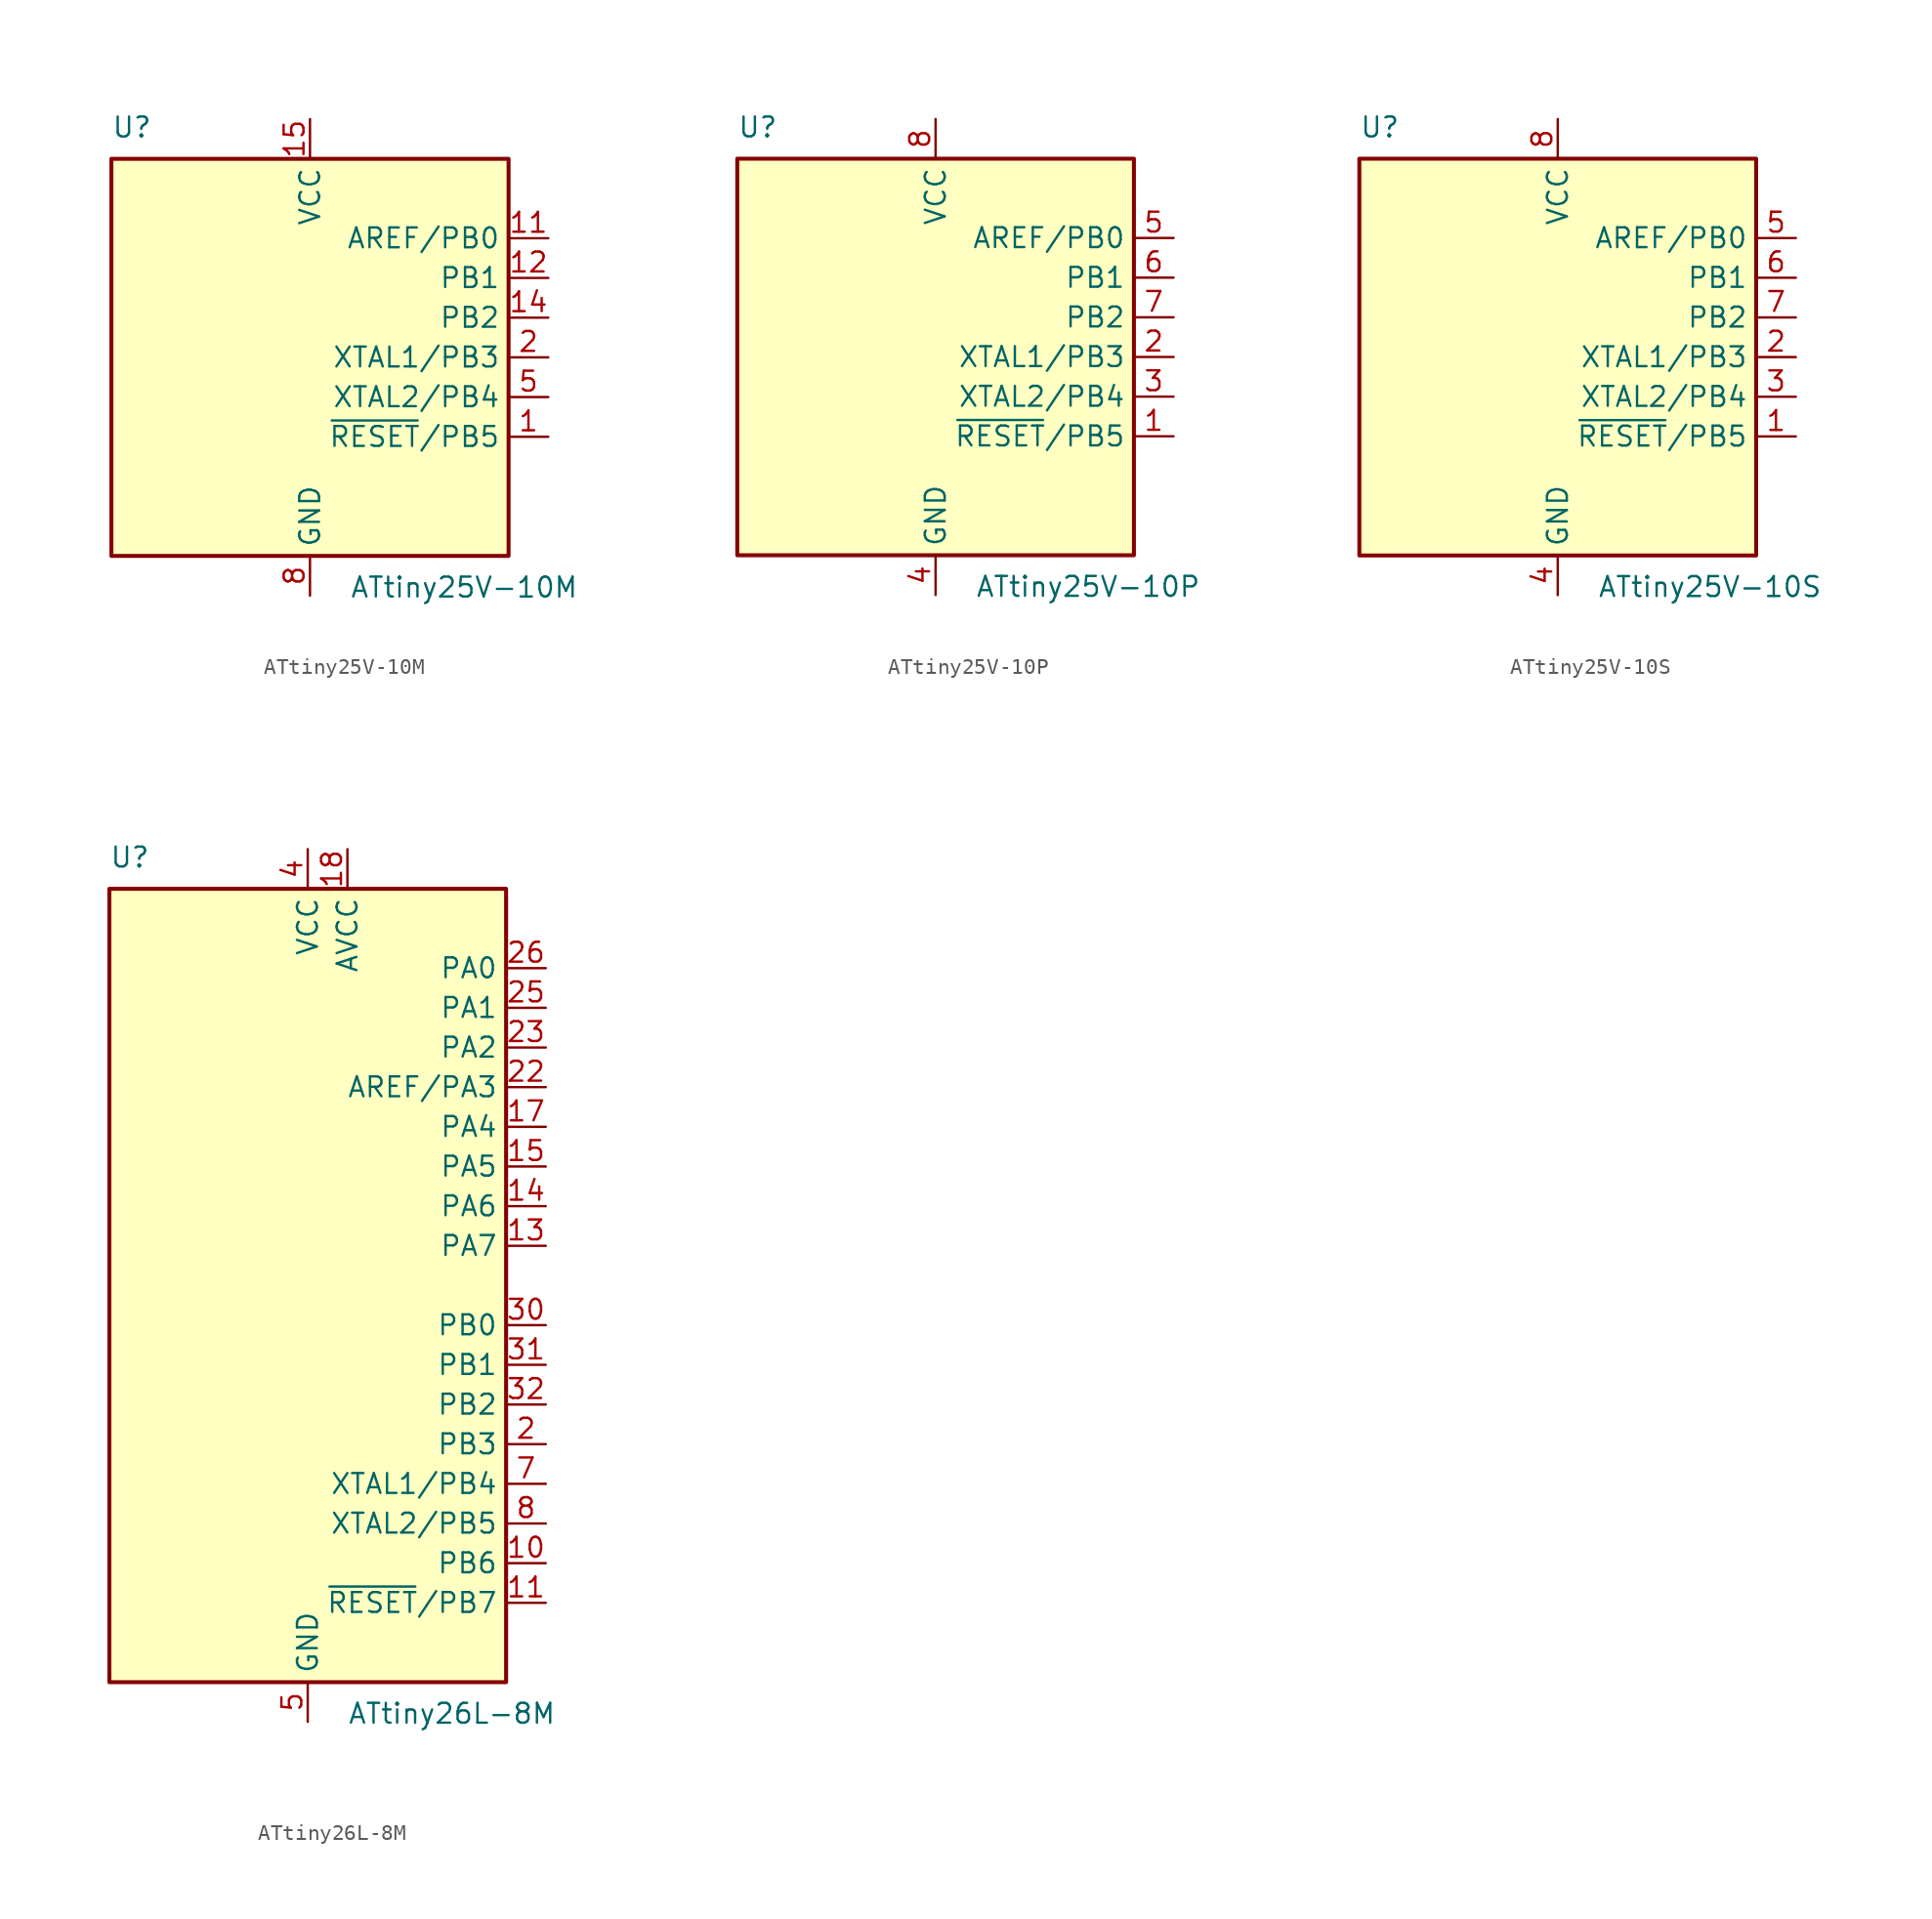
<source format=kicad_sym>
(kicad_symbol_lib
  (version 20201005)
  (generator kicad_symbol_editor)
  (symbol "MCU_Microchip_ATtiny:ATtiny25V-10M"
    (property "Reference" "U"
      (at -12.7 13.97 0)
      (effects (font (size 1.27 1.27)) (justify left bottom)))
    (property "Value" "ATtiny25V-10M"
      (at 2.54 -13.97 0)
      (effects (font (size 1.27 1.27)) (justify left top)))
    (symbol "ATtiny25V-10M_0_1"
      (rectangle (start -12.7 -12.7) (end 12.7 12.7) (stroke (width 0.254)) (fill (type background))))
    (symbol "ATtiny25V-10M_1_1"
      (pin bidirectional line (at 15.24 -5.08 180) (length 2.54) (name "~RESET~/PB5" (effects (font (size 1.27 1.27)))) (number "1" (effects (font (size 1.27 1.27)))))
      (pin no_connect line (at -12.7 -2.54 0) (length 2.54) hide (name "NC" (effects (font (size 1.27 1.27)))) (number "10" (effects (font (size 1.27 1.27)))))
      (pin bidirectional line (at 15.24 7.62 180) (length 2.54) (name "AREF/PB0" (effects (font (size 1.27 1.27)))) (number "11" (effects (font (size 1.27 1.27)))))
      (pin bidirectional line (at 15.24 5.08 180) (length 2.54) (name "PB1" (effects (font (size 1.27 1.27)))) (number "12" (effects (font (size 1.27 1.27)))))
      (pin no_connect line (at -12.7 -5.08 0) (length 2.54) hide (name "NC" (effects (font (size 1.27 1.27)))) (number "13" (effects (font (size 1.27 1.27)))))
      (pin bidirectional line (at 15.24 2.54 180) (length 2.54) (name "PB2" (effects (font (size 1.27 1.27)))) (number "14" (effects (font (size 1.27 1.27)))))
      (pin power_in line (at 0 15.24 270) (length 2.54) (name "VCC" (effects (font (size 1.27 1.27)))) (number "15" (effects (font (size 1.27 1.27)))))
      (pin no_connect line (at -12.7 -7.62 0) (length 2.54) hide (name "NC" (effects (font (size 1.27 1.27)))) (number "16" (effects (font (size 1.27 1.27)))))
      (pin no_connect line (at -12.7 -10.16 0) (length 2.54) hide (name "NC" (effects (font (size 1.27 1.27)))) (number "17" (effects (font (size 1.27 1.27)))))
      (pin no_connect line (at -7.62 -12.7 90) (length 2.54) hide (name "NC" (effects (font (size 1.27 1.27)))) (number "18" (effects (font (size 1.27 1.27)))))
      (pin no_connect line (at -5.08 -12.7 90) (length 2.54) hide (name "NC" (effects (font (size 1.27 1.27)))) (number "19" (effects (font (size 1.27 1.27)))))
      (pin bidirectional line (at 15.24 0 180) (length 2.54) (name "XTAL1/PB3" (effects (font (size 1.27 1.27)))) (number "2" (effects (font (size 1.27 1.27)))))
      (pin no_connect line (at -2.54 -12.7 90) (length 2.54) hide (name "NC" (effects (font (size 1.27 1.27)))) (number "20" (effects (font (size 1.27 1.27)))))
      (pin passive line (at 0 -15.24 90) (length 2.54) hide (name "GND" (effects (font (size 1.27 1.27)))) (number "21" (effects (font (size 1.27 1.27)))))
      (pin no_connect line (at -12.7 10.16 0) (length 2.54) hide (name "NC" (effects (font (size 1.27 1.27)))) (number "3" (effects (font (size 1.27 1.27)))))
      (pin no_connect line (at -12.7 7.62 0) (length 2.54) hide (name "NC" (effects (font (size 1.27 1.27)))) (number "4" (effects (font (size 1.27 1.27)))))
      (pin bidirectional line (at 15.24 -2.54 180) (length 2.54) (name "XTAL2/PB4" (effects (font (size 1.27 1.27)))) (number "5" (effects (font (size 1.27 1.27)))))
      (pin no_connect line (at -12.7 5.08 0) (length 2.54) hide (name "NC" (effects (font (size 1.27 1.27)))) (number "6" (effects (font (size 1.27 1.27)))))
      (pin no_connect line (at -12.7 2.54 0) (length 2.54) hide (name "NC" (effects (font (size 1.27 1.27)))) (number "7" (effects (font (size 1.27 1.27)))))
      (pin power_in line (at 0 -15.24 90) (length 2.54) (name "GND" (effects (font (size 1.27 1.27)))) (number "8" (effects (font (size 1.27 1.27)))))
      (pin no_connect line (at -12.7 0 0) (length 2.54) hide (name "NC" (effects (font (size 1.27 1.27)))) (number "9" (effects (font (size 1.27 1.27)))))))
  (symbol "MCU_Microchip_ATtiny:ATtiny25V-10P"
    (property "Reference" "U"
      (at -12.7 13.97 0)
      (effects (font (size 1.27 1.27)) (justify left bottom)))
    (property "Value" "ATtiny25V-10P"
      (at 2.54 -13.97 0)
      (effects (font (size 1.27 1.27)) (justify left top)))
    (symbol "ATtiny25V-10P_0_1"
      (rectangle (start -12.7 -12.7) (end 12.7 12.7) (stroke (width 0.254)) (fill (type background))))
    (symbol "ATtiny25V-10P_1_1"
      (pin bidirectional line (at 15.24 -5.08 180) (length 2.54) (name "~RESET~/PB5" (effects (font (size 1.27 1.27)))) (number "1" (effects (font (size 1.27 1.27)))))
      (pin bidirectional line (at 15.24 0 180) (length 2.54) (name "XTAL1/PB3" (effects (font (size 1.27 1.27)))) (number "2" (effects (font (size 1.27 1.27)))))
      (pin bidirectional line (at 15.24 -2.54 180) (length 2.54) (name "XTAL2/PB4" (effects (font (size 1.27 1.27)))) (number "3" (effects (font (size 1.27 1.27)))))
      (pin power_in line (at 0 -15.24 90) (length 2.54) (name "GND" (effects (font (size 1.27 1.27)))) (number "4" (effects (font (size 1.27 1.27)))))
      (pin bidirectional line (at 15.24 7.62 180) (length 2.54) (name "AREF/PB0" (effects (font (size 1.27 1.27)))) (number "5" (effects (font (size 1.27 1.27)))))
      (pin bidirectional line (at 15.24 5.08 180) (length 2.54) (name "PB1" (effects (font (size 1.27 1.27)))) (number "6" (effects (font (size 1.27 1.27)))))
      (pin bidirectional line (at 15.24 2.54 180) (length 2.54) (name "PB2" (effects (font (size 1.27 1.27)))) (number "7" (effects (font (size 1.27 1.27)))))
      (pin power_in line (at 0 15.24 270) (length 2.54) (name "VCC" (effects (font (size 1.27 1.27)))) (number "8" (effects (font (size 1.27 1.27)))))))
  (symbol "MCU_Microchip_ATtiny:ATtiny25V-10S"
    (property "Reference" "U"
      (at -12.7 13.97 0)
      (effects (font (size 1.27 1.27)) (justify left bottom)))
    (property "Value" "ATtiny25V-10S"
      (at 2.54 -13.97 0)
      (effects (font (size 1.27 1.27)) (justify left top)))
    (symbol "ATtiny25V-10S_0_1"
      (rectangle (start -12.7 -12.7) (end 12.7 12.7) (stroke (width 0.254)) (fill (type background))))
    (symbol "ATtiny25V-10S_1_1"
      (pin bidirectional line (at 15.24 -5.08 180) (length 2.54) (name "~RESET~/PB5" (effects (font (size 1.27 1.27)))) (number "1" (effects (font (size 1.27 1.27)))))
      (pin bidirectional line (at 15.24 0 180) (length 2.54) (name "XTAL1/PB3" (effects (font (size 1.27 1.27)))) (number "2" (effects (font (size 1.27 1.27)))))
      (pin bidirectional line (at 15.24 -2.54 180) (length 2.54) (name "XTAL2/PB4" (effects (font (size 1.27 1.27)))) (number "3" (effects (font (size 1.27 1.27)))))
      (pin power_in line (at 0 -15.24 90) (length 2.54) (name "GND" (effects (font (size 1.27 1.27)))) (number "4" (effects (font (size 1.27 1.27)))))
      (pin bidirectional line (at 15.24 7.62 180) (length 2.54) (name "AREF/PB0" (effects (font (size 1.27 1.27)))) (number "5" (effects (font (size 1.27 1.27)))))
      (pin bidirectional line (at 15.24 5.08 180) (length 2.54) (name "PB1" (effects (font (size 1.27 1.27)))) (number "6" (effects (font (size 1.27 1.27)))))
      (pin bidirectional line (at 15.24 2.54 180) (length 2.54) (name "PB2" (effects (font (size 1.27 1.27)))) (number "7" (effects (font (size 1.27 1.27)))))
      (pin power_in line (at 0 15.24 270) (length 2.54) (name "VCC" (effects (font (size 1.27 1.27)))) (number "8" (effects (font (size 1.27 1.27)))))))
  (symbol "MCU_Microchip_ATtiny:ATtiny26L-8M"
    (property "Reference" "U"
      (at -12.7 26.67 0)
      (effects (font (size 1.27 1.27)) (justify left bottom)))
    (property "Value" "ATtiny26L-8M"
      (at 2.54 -26.67 0)
      (effects (font (size 1.27 1.27)) (justify left top)))
    (symbol "ATtiny26L-8M_0_1"
      (rectangle (start -12.7 -25.4) (end 12.7 25.4) (stroke (width 0.254)) (fill (type background))))
    (symbol "ATtiny26L-8M_1_1"
      (pin no_connect line (at -12.7 5.08 0) (length 2.54) hide (name "NC" (effects (font (size 1.27 1.27)))) (number "1" (effects (font (size 1.27 1.27)))))
      (pin bidirectional line (at 15.24 -17.78 180) (length 2.54) (name "PB6" (effects (font (size 1.27 1.27)))) (number "10" (effects (font (size 1.27 1.27)))))
      (pin bidirectional line (at 15.24 -20.32 180) (length 2.54) (name "~RESET~/PB7" (effects (font (size 1.27 1.27)))) (number "11" (effects (font (size 1.27 1.27)))))
      (pin no_connect line (at -12.7 -5.08 0) (length 2.54) hide (name "NC" (effects (font (size 1.27 1.27)))) (number "12" (effects (font (size 1.27 1.27)))))
      (pin bidirectional line (at 15.24 2.54 180) (length 2.54) (name "PA7" (effects (font (size 1.27 1.27)))) (number "13" (effects (font (size 1.27 1.27)))))
      (pin bidirectional line (at 15.24 5.08 180) (length 2.54) (name "PA6" (effects (font (size 1.27 1.27)))) (number "14" (effects (font (size 1.27 1.27)))))
      (pin bidirectional line (at 15.24 7.62 180) (length 2.54) (name "PA5" (effects (font (size 1.27 1.27)))) (number "15" (effects (font (size 1.27 1.27)))))
      (pin no_connect line (at -12.7 -7.62 0) (length 2.54) hide (name "NC" (effects (font (size 1.27 1.27)))) (number "16" (effects (font (size 1.27 1.27)))))
      (pin bidirectional line (at 15.24 10.16 180) (length 2.54) (name "PA4" (effects (font (size 1.27 1.27)))) (number "17" (effects (font (size 1.27 1.27)))))
      (pin power_in line (at 2.54 27.94 270) (length 2.54) (name "AVCC" (effects (font (size 1.27 1.27)))) (number "18" (effects (font (size 1.27 1.27)))))
      (pin no_connect line (at -12.7 -10.16 0) (length 2.54) hide (name "NC" (effects (font (size 1.27 1.27)))) (number "19" (effects (font (size 1.27 1.27)))))
      (pin bidirectional line (at 15.24 -10.16 180) (length 2.54) (name "PB3" (effects (font (size 1.27 1.27)))) (number "2" (effects (font (size 1.27 1.27)))))
      (pin no_connect line (at -12.7 -12.7 0) (length 2.54) hide (name "NC" (effects (font (size 1.27 1.27)))) (number "20" (effects (font (size 1.27 1.27)))))
      (pin passive line (at 0 -27.94 90) (length 2.54) hide (name "GND" (effects (font (size 1.27 1.27)))) (number "21" (effects (font (size 1.27 1.27)))))
      (pin bidirectional line (at 15.24 12.7 180) (length 2.54) (name "AREF/PA3" (effects (font (size 1.27 1.27)))) (number "22" (effects (font (size 1.27 1.27)))))
      (pin bidirectional line (at 15.24 15.24 180) (length 2.54) (name "PA2" (effects (font (size 1.27 1.27)))) (number "23" (effects (font (size 1.27 1.27)))))
      (pin no_connect line (at -12.7 -15.24 0) (length 2.54) hide (name "NC" (effects (font (size 1.27 1.27)))) (number "24" (effects (font (size 1.27 1.27)))))
      (pin bidirectional line (at 15.24 17.78 180) (length 2.54) (name "PA1" (effects (font (size 1.27 1.27)))) (number "25" (effects (font (size 1.27 1.27)))))
      (pin bidirectional line (at 15.24 20.32 180) (length 2.54) (name "PA0" (effects (font (size 1.27 1.27)))) (number "26" (effects (font (size 1.27 1.27)))))
      (pin no_connect line (at -12.7 -17.78 0) (length 2.54) hide (name "NC" (effects (font (size 1.27 1.27)))) (number "27" (effects (font (size 1.27 1.27)))))
      (pin no_connect line (at -12.7 -20.32 0) (length 2.54) hide (name "NC" (effects (font (size 1.27 1.27)))) (number "28" (effects (font (size 1.27 1.27)))))
      (pin no_connect line (at -12.7 -22.86 0) (length 2.54) hide (name "NC" (effects (font (size 1.27 1.27)))) (number "29" (effects (font (size 1.27 1.27)))))
      (pin no_connect line (at -12.7 2.54 0) (length 2.54) hide (name "NC" (effects (font (size 1.27 1.27)))) (number "3" (effects (font (size 1.27 1.27)))))
      (pin bidirectional line (at 15.24 -2.54 180) (length 2.54) (name "PB0" (effects (font (size 1.27 1.27)))) (number "30" (effects (font (size 1.27 1.27)))))
      (pin bidirectional line (at 15.24 -5.08 180) (length 2.54) (name "PB1" (effects (font (size 1.27 1.27)))) (number "31" (effects (font (size 1.27 1.27)))))
      (pin bidirectional line (at 15.24 -7.62 180) (length 2.54) (name "PB2" (effects (font (size 1.27 1.27)))) (number "32" (effects (font (size 1.27 1.27)))))
      (pin passive line (at 0 -27.94 90) (length 2.54) hide (name "GND" (effects (font (size 1.27 1.27)))) (number "33" (effects (font (size 1.27 1.27)))))
      (pin power_in line (at 0 27.94 270) (length 2.54) (name "VCC" (effects (font (size 1.27 1.27)))) (number "4" (effects (font (size 1.27 1.27)))))
      (pin power_in line (at 0 -27.94 90) (length 2.54) (name "GND" (effects (font (size 1.27 1.27)))) (number "5" (effects (font (size 1.27 1.27)))))
      (pin no_connect line (at -12.7 0 0) (length 2.54) hide (name "NC" (effects (font (size 1.27 1.27)))) (number "6" (effects (font (size 1.27 1.27)))))
      (pin bidirectional line (at 15.24 -12.7 180) (length 2.54) (name "XTAL1/PB4" (effects (font (size 1.27 1.27)))) (number "7" (effects (font (size 1.27 1.27)))))
      (pin bidirectional line (at 15.24 -15.24 180) (length 2.54) (name "XTAL2/PB5" (effects (font (size 1.27 1.27)))) (number "8" (effects (font (size 1.27 1.27)))))
      (pin no_connect line (at -12.7 -2.54 0) (length 2.54) hide (name "NC" (effects (font (size 1.27 1.27)))) (number "9" (effects (font (size 1.27 1.27))))))))
</source>
